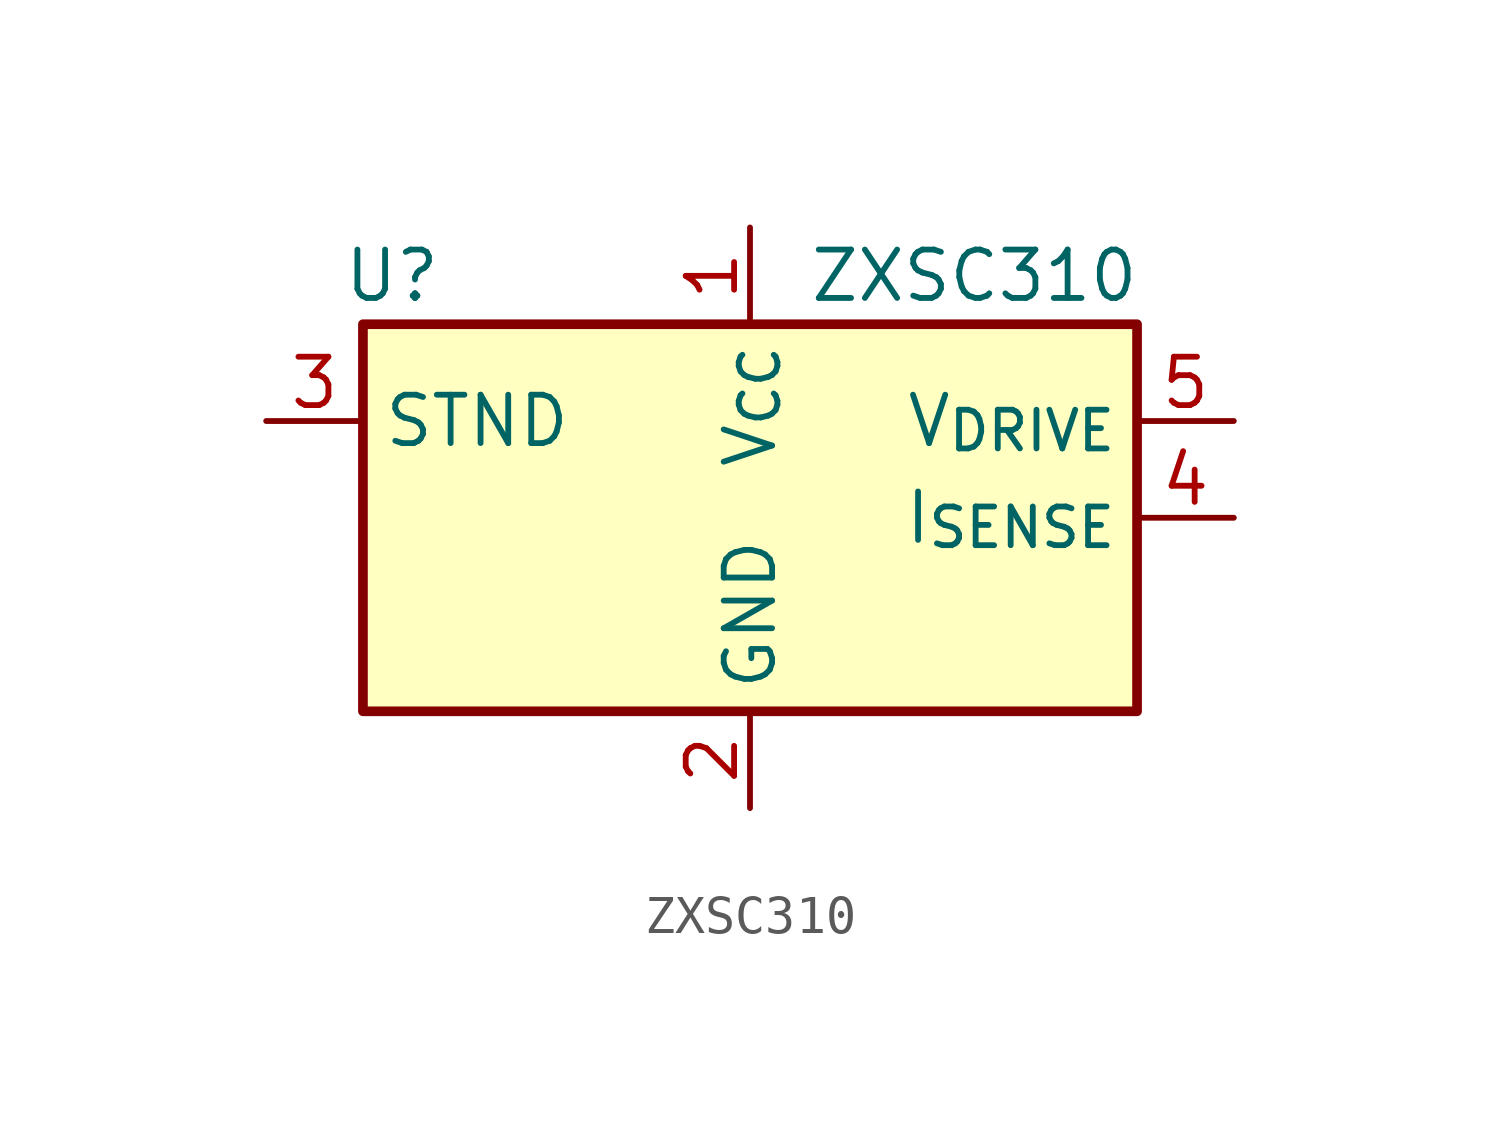
<source format=kicad_sym>
(kicad_symbol_lib
  (version 20241209)
  (generator "kicad_symbol_editor")
  (generator_version "9.0")
  (symbol "ZXSC310"
    (property "Reference" "U"
      (at -9.398 6.35 0)
      (effects (font (size 1.27 1.27))))
    (property "Value" "ZXSC310"
      (at 1.524 6.35 0)
      (effects (font (size 1.27 1.27)) (justify left)))
    (symbol "ZXSC310_0_1"
      (rectangle (start -10.16 5.08) (end 10.16 -5.08) (stroke (width 0.254) (type default)) (fill (type background))))
    (symbol "ZXSC310_1_1"
      (pin input line (at -12.7 2.54 0) (length 2.54) (name "STND" (effects (font (size 1.27 1.27)))) (number "3" (effects (font (size 1.27 1.27)))))
      (pin power_in line (at 0 7.62 270) (length 2.54) (name "V_{CC}" (effects (font (size 1.27 1.27)))) (number "1" (effects (font (size 1.27 1.27)))))
      (pin power_in line (at 0 -7.62 90) (length 2.54) (name "GND" (effects (font (size 1.27 1.27)))) (number "2" (effects (font (size 1.27 1.27)))))
      (pin output line (at 12.7 2.54 180) (length 2.54) (name "V_{DRIVE}" (effects (font (size 1.27 1.27)))) (number "5" (effects (font (size 1.27 1.27)))))
      (pin input line (at 12.7 0 180) (length 2.54) (name "I_{SENSE}" (effects (font (size 1.27 1.27)))) (number "4" (effects (font (size 1.27 1.27))))))))
</source>
